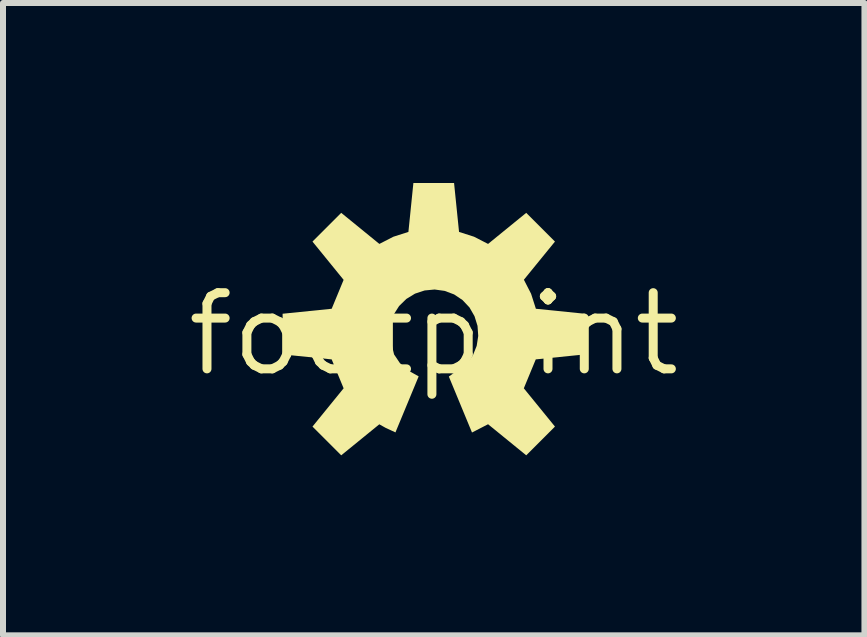
<source format=kicad_pcb>
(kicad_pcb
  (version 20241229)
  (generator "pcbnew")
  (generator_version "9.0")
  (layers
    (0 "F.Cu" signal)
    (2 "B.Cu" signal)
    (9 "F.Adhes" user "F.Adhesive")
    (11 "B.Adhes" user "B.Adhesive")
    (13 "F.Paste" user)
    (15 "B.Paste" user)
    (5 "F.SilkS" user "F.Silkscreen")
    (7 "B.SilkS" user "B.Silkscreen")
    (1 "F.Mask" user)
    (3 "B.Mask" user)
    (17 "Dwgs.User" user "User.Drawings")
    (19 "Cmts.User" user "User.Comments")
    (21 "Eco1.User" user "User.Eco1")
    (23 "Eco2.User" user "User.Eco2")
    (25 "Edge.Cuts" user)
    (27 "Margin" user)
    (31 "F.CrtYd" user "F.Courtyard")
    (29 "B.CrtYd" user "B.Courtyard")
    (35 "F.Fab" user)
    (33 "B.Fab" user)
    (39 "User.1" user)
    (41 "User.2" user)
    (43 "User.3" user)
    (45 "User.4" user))
  (footprint "footprint"
    (layer "F.Cu")
    (at 4.18 2.519)
    (property "Reference" "footprint" (at 0 0 0) (layer "F.SilkS") (effects (font (size 1.27 1.27) (thickness 0.15))))
    (fp_poly (pts (xy 0.422 -1.703) (xy 0.672 -1.623) (xy 0.906 -1.503) (xy 1.542 -2.021) (xy 2.021 -1.542) (xy 1.503 -0.906) (xy 1.623 -0.672) (xy 1.703 -0.422) (xy 2.519 -0.339) (xy 2.519 0.339) (xy 1.701 0.422) (xy 1.502 0.904) (xy 2.021 1.542) (xy 1.542 2.021) (xy 0.906 1.503) (xy 0.638 1.641) (xy 0.252 0.708) (xy 0.558 0.49) (xy 0.653 0.354) (xy 0.716 0.197) (xy 0.742 0.031) (xy 0.73 -0.137) (xy 0.68 -0.298) (xy 0.596 -0.444) (xy 0.48 -0.567) (xy 0.34 -0.661) (xy 0.182 -0.72) (xy 0.015 -0.743) (xy -0.152 -0.727) (xy -0.312 -0.674) (xy -0.456 -0.586) (xy -0.577 -0.468) (xy -0.667 -0.326) (xy -0.724 -0.167) (xy -0.743 -0.002) (xy -0.661 0.339) (xy -0.565 0.482) (xy -0.437 0.601) (xy -0.251 0.705) (xy -0.638 1.639) (xy -0.804 1.562) (xy -0.907 1.504) (xy -1.542 2.021) (xy -2.021 1.542) (xy -1.502 0.904) (xy -1.701 0.422) (xy -2.519 0.339) (xy -2.519 -0.339) (xy -1.701 -0.422) (xy -1.502 -0.904) (xy -2.021 -1.542) (xy -1.542 -2.021) (xy -0.906 -1.503) (xy -0.672 -1.623) (xy -0.422 -1.703) (xy -0.339 -2.519) (xy 0.339 -2.519)) (stroke (width 0) (type solid)) (fill yes) (layer "F.SilkS")))
  (gr_rect
    (start -3 -3)
    (end 11.36 7.541)
    (stroke (width 0.1) (type default))
    (fill no)
    (layer "Edge.Cuts")))
</source>
